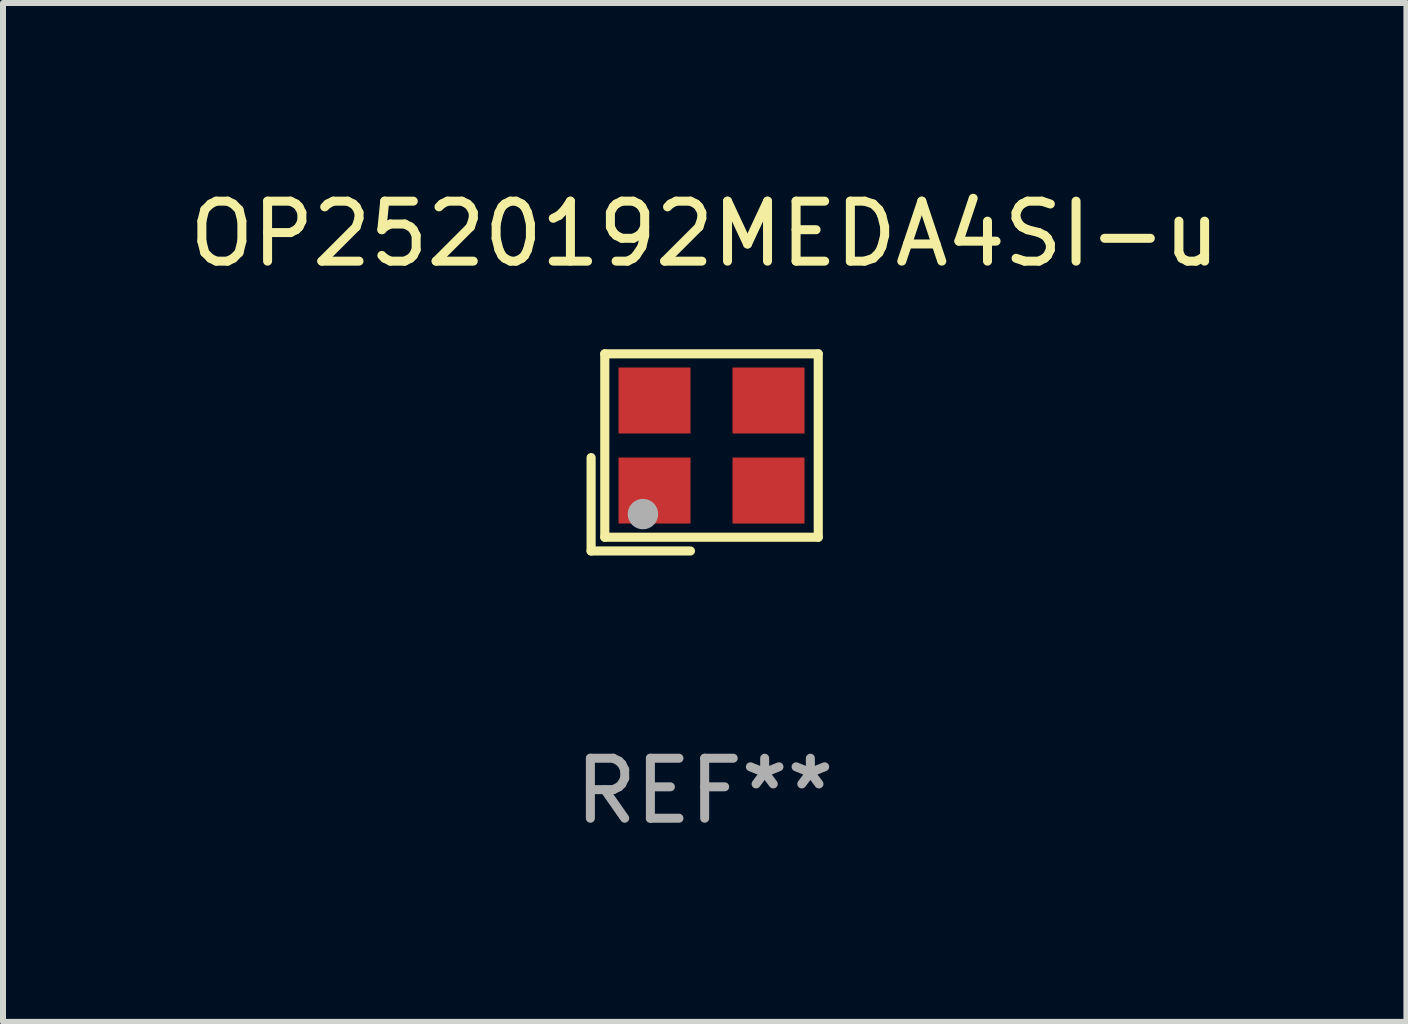
<source format=kicad_pcb>
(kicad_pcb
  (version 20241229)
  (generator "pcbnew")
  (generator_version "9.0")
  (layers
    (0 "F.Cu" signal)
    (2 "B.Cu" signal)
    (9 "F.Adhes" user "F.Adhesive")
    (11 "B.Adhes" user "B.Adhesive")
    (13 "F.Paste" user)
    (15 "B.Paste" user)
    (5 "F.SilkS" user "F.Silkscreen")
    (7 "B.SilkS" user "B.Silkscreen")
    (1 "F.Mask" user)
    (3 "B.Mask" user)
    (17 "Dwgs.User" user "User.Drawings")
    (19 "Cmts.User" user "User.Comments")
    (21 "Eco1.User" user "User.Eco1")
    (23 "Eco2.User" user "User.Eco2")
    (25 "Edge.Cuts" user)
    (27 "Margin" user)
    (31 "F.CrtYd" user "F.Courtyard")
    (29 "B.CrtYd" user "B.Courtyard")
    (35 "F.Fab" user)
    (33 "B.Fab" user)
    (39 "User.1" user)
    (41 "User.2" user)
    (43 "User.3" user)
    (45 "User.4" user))
  (footprint "OP2520192MEDA4SI-u"
    (layer "F.Cu")
    (at 8.696 4.491)
    (property "Reference" "OP2520192MEDA4SI-u" (at 0 -3.643 0) (layer "F.SilkS") (effects (font (size 1 1) (thickness 0.15))))
    (attr through_hole)
    (fp_line (start -1.893 0.086) (end -1.893 1.643) (stroke (width 0.152) (type solid)) (layer "F.SilkS"))
    (fp_line (start -1.893 1.643) (end -0.237 1.643) (stroke (width 0.152) (type solid)) (layer "F.SilkS"))
    (fp_line (start -1.665 -1.643) (end 1.893 -1.643) (stroke (width 0.152) (type solid)) (layer "F.SilkS"))
    (fp_line (start -1.665 1.414) (end -1.665 -1.643) (stroke (width 0.152) (type solid)) (layer "F.SilkS"))
    (fp_line (start 1.893 -1.643) (end 1.893 1.414) (stroke (width 0.152) (type solid)) (layer "F.SilkS"))
    (fp_line (start 1.893 1.414) (end -1.665 1.414) (stroke (width 0.152) (type solid)) (layer "F.SilkS"))
    (fp_circle (center -1.136 0.885) (end -1.106 0.885) (stroke (width 0.06) (type solid)) (fill no) (layer "F.SilkS"))
    (fp_circle (center -1.029 1.028) (end -0.902 1.028) (stroke (width 0.254) (type solid)) (fill no) (layer "F.Fab"))
    (fp_text user "REF**" (at 0 5.643 0) (layer "F.Fab") (effects (font (size 1 1) (thickness 0.15))))
    (pad "1" smd rect (at -0.836 0.636) (size 1.2 1.1) (layers "F.Cu" "F.Mask" "F.Paste"))
    (pad "2" smd rect (at 1.064 0.636) (size 1.2 1.1) (layers "F.Cu" "F.Mask" "F.Paste"))
    (pad "3" smd rect (at 1.064 -0.865) (size 1.2 1.1) (layers "F.Cu" "F.Mask" "F.Paste"))
    (pad "4" smd rect (at -0.836 -0.865) (size 1.2 1.1) (layers "F.Cu" "F.Mask" "F.Paste")))
  (gr_rect
    (start -3 -3)
    (end 20.393 13.983)
    (stroke (width 0.1) (type default))
    (fill no)
    (layer "Edge.Cuts")))
</source>
